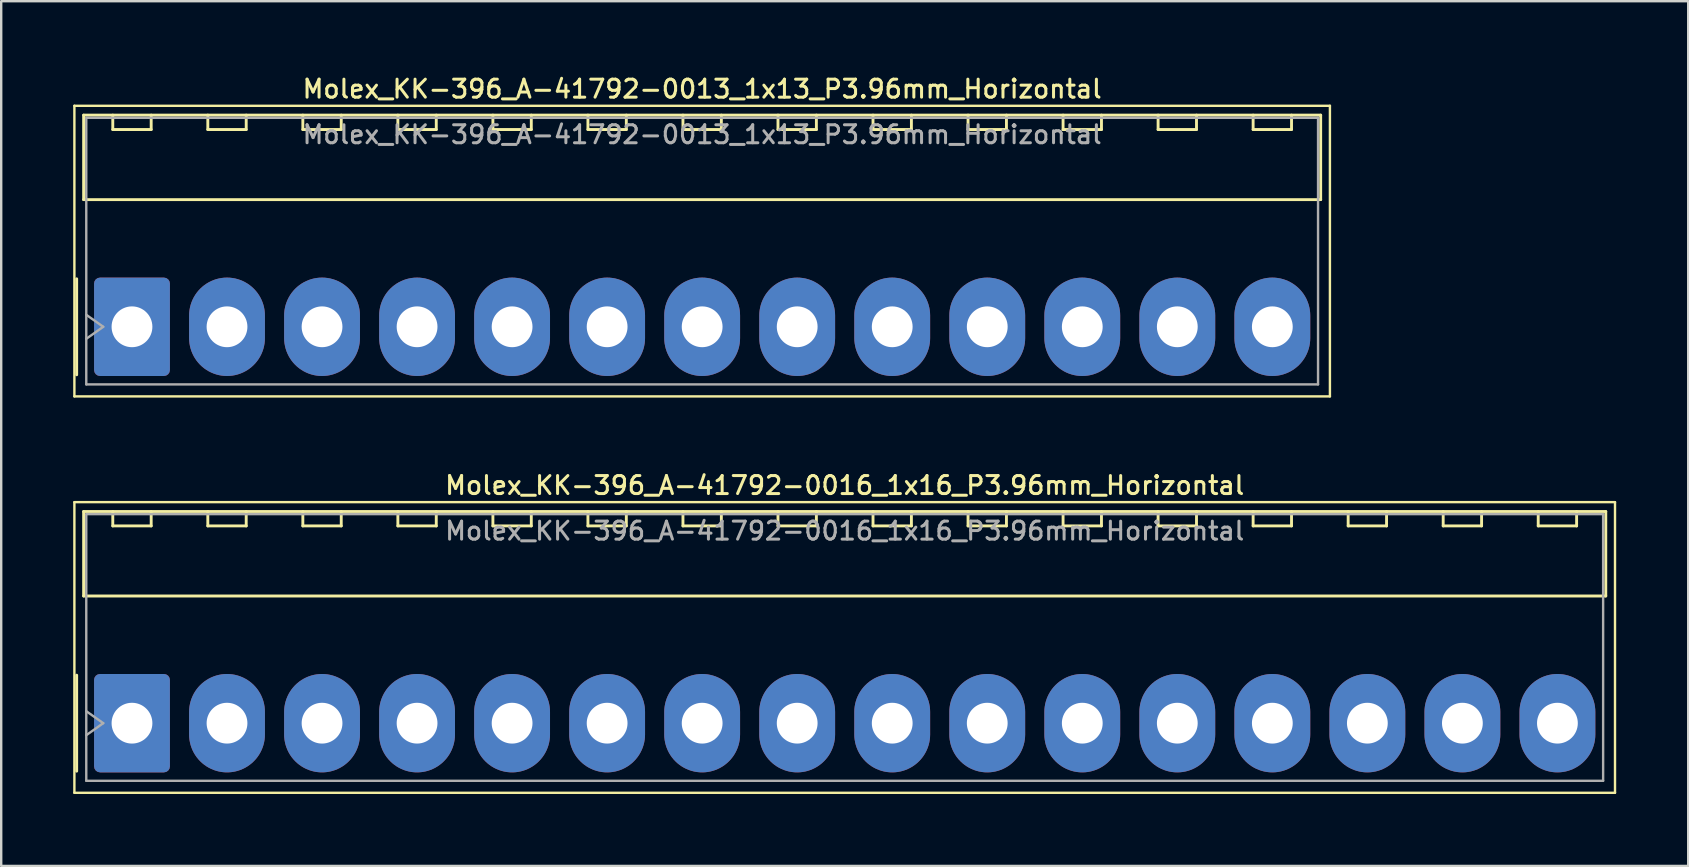
<source format=kicad_pcb>
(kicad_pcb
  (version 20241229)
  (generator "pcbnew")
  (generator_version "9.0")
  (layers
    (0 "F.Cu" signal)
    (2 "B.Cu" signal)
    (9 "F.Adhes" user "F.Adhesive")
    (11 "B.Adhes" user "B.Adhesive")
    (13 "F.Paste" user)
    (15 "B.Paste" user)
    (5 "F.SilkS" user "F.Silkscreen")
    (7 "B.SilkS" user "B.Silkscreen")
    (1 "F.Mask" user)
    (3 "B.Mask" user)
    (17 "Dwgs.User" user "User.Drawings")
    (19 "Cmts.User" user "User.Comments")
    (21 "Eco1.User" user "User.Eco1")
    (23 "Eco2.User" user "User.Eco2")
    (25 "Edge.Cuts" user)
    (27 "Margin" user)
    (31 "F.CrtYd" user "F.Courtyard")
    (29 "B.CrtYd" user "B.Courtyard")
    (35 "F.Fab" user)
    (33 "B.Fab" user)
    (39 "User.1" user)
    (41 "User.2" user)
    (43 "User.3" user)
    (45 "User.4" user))
  (footprint "Molex_KK-396_A-41792-0016_1x16_P3.96mm_Horizontal"
    (layer "F.Cu")
    (at 2.45 27.086)
    (property "Reference" "Molex_KK-396_A-41792-0016_1x16_P3.96mm_Horizontal" (at 29.7 -9.91 0) (layer "F.SilkS") (effects (font (size 0.75 0.75) (thickness 0.125))))
    (attr through_hole)
    (fp_line (start -2.4 -9.21) (end -2.4 2.9) (stroke (width 0.1) (type solid)) (layer "F.SilkS"))
    (fp_line (start -2.4 2.9) (end 61.8 2.9) (stroke (width 0.1) (type solid)) (layer "F.SilkS"))
    (fp_line (start -2.305 -2) (end -2.305 2) (stroke (width 0.12) (type solid)) (layer "F.SilkS"))
    (fp_line (start -2.015 -8.82) (end 61.415 -8.82) (stroke (width 0.12) (type solid)) (layer "F.SilkS"))
    (fp_line (start -2.015 -5.3) (end -2.015 -8.82) (stroke (width 0.12) (type solid)) (layer "F.SilkS"))
    (fp_line (start -0.8 -8.82) (end -0.8 -8.22) (stroke (width 0.12) (type solid)) (layer "F.SilkS"))
    (fp_line (start -0.8 -8.22) (end 0.8 -8.22) (stroke (width 0.12) (type solid)) (layer "F.SilkS"))
    (fp_line (start 0.8 -8.22) (end 0.8 -8.82) (stroke (width 0.12) (type solid)) (layer "F.SilkS"))
    (fp_line (start 3.16 -8.82) (end 3.16 -8.22) (stroke (width 0.12) (type solid)) (layer "F.SilkS"))
    (fp_line (start 3.16 -8.22) (end 4.76 -8.22) (stroke (width 0.12) (type solid)) (layer "F.SilkS"))
    (fp_line (start 4.76 -8.22) (end 4.76 -8.82) (stroke (width 0.12) (type solid)) (layer "F.SilkS"))
    (fp_line (start 7.12 -8.82) (end 7.12 -8.22) (stroke (width 0.12) (type solid)) (layer "F.SilkS"))
    (fp_line (start 7.12 -8.22) (end 8.72 -8.22) (stroke (width 0.12) (type solid)) (layer "F.SilkS"))
    (fp_line (start 8.72 -8.22) (end 8.72 -8.82) (stroke (width 0.12) (type solid)) (layer "F.SilkS"))
    (fp_line (start 11.08 -8.82) (end 11.08 -8.22) (stroke (width 0.12) (type solid)) (layer "F.SilkS"))
    (fp_line (start 11.08 -8.22) (end 12.68 -8.22) (stroke (width 0.12) (type solid)) (layer "F.SilkS"))
    (fp_line (start 12.68 -8.22) (end 12.68 -8.82) (stroke (width 0.12) (type solid)) (layer "F.SilkS"))
    (fp_line (start 15.04 -8.82) (end 15.04 -8.22) (stroke (width 0.12) (type solid)) (layer "F.SilkS"))
    (fp_line (start 15.04 -8.22) (end 16.64 -8.22) (stroke (width 0.12) (type solid)) (layer "F.SilkS"))
    (fp_line (start 16.64 -8.22) (end 16.64 -8.82) (stroke (width 0.12) (type solid)) (layer "F.SilkS"))
    (fp_line (start 19 -8.82) (end 19 -8.22) (stroke (width 0.12) (type solid)) (layer "F.SilkS"))
    (fp_line (start 19 -8.22) (end 20.6 -8.22) (stroke (width 0.12) (type solid)) (layer "F.SilkS"))
    (fp_line (start 20.6 -8.22) (end 20.6 -8.82) (stroke (width 0.12) (type solid)) (layer "F.SilkS"))
    (fp_line (start 22.96 -8.82) (end 22.96 -8.22) (stroke (width 0.12) (type solid)) (layer "F.SilkS"))
    (fp_line (start 22.96 -8.22) (end 24.56 -8.22) (stroke (width 0.12) (type solid)) (layer "F.SilkS"))
    (fp_line (start 24.56 -8.22) (end 24.56 -8.82) (stroke (width 0.12) (type solid)) (layer "F.SilkS"))
    (fp_line (start 26.92 -8.82) (end 26.92 -8.22) (stroke (width 0.12) (type solid)) (layer "F.SilkS"))
    (fp_line (start 26.92 -8.22) (end 28.52 -8.22) (stroke (width 0.12) (type solid)) (layer "F.SilkS"))
    (fp_line (start 28.52 -8.22) (end 28.52 -8.82) (stroke (width 0.12) (type solid)) (layer "F.SilkS"))
    (fp_line (start 30.88 -8.82) (end 30.88 -8.22) (stroke (width 0.12) (type solid)) (layer "F.SilkS"))
    (fp_line (start 30.88 -8.22) (end 32.48 -8.22) (stroke (width 0.12) (type solid)) (layer "F.SilkS"))
    (fp_line (start 32.48 -8.22) (end 32.48 -8.82) (stroke (width 0.12) (type solid)) (layer "F.SilkS"))
    (fp_line (start 34.84 -8.82) (end 34.84 -8.22) (stroke (width 0.12) (type solid)) (layer "F.SilkS"))
    (fp_line (start 34.84 -8.22) (end 36.44 -8.22) (stroke (width 0.12) (type solid)) (layer "F.SilkS"))
    (fp_line (start 36.44 -8.22) (end 36.44 -8.82) (stroke (width 0.12) (type solid)) (layer "F.SilkS"))
    (fp_line (start 38.8 -8.82) (end 38.8 -8.22) (stroke (width 0.12) (type solid)) (layer "F.SilkS"))
    (fp_line (start 38.8 -8.22) (end 40.4 -8.22) (stroke (width 0.12) (type solid)) (layer "F.SilkS"))
    (fp_line (start 40.4 -8.22) (end 40.4 -8.82) (stroke (width 0.12) (type solid)) (layer "F.SilkS"))
    (fp_line (start 42.76 -8.82) (end 42.76 -8.22) (stroke (width 0.12) (type solid)) (layer "F.SilkS"))
    (fp_line (start 42.76 -8.22) (end 44.36 -8.22) (stroke (width 0.12) (type solid)) (layer "F.SilkS"))
    (fp_line (start 44.36 -8.22) (end 44.36 -8.82) (stroke (width 0.12) (type solid)) (layer "F.SilkS"))
    (fp_line (start 46.72 -8.82) (end 46.72 -8.22) (stroke (width 0.12) (type solid)) (layer "F.SilkS"))
    (fp_line (start 46.72 -8.22) (end 48.32 -8.22) (stroke (width 0.12) (type solid)) (layer "F.SilkS"))
    (fp_line (start 48.32 -8.22) (end 48.32 -8.82) (stroke (width 0.12) (type solid)) (layer "F.SilkS"))
    (fp_line (start 50.68 -8.82) (end 50.68 -8.22) (stroke (width 0.12) (type solid)) (layer "F.SilkS"))
    (fp_line (start 50.68 -8.22) (end 52.28 -8.22) (stroke (width 0.12) (type solid)) (layer "F.SilkS"))
    (fp_line (start 52.28 -8.22) (end 52.28 -8.82) (stroke (width 0.12) (type solid)) (layer "F.SilkS"))
    (fp_line (start 54.64 -8.82) (end 54.64 -8.22) (stroke (width 0.12) (type solid)) (layer "F.SilkS"))
    (fp_line (start 54.64 -8.22) (end 56.24 -8.22) (stroke (width 0.12) (type solid)) (layer "F.SilkS"))
    (fp_line (start 56.24 -8.22) (end 56.24 -8.82) (stroke (width 0.12) (type solid)) (layer "F.SilkS"))
    (fp_line (start 58.6 -8.82) (end 58.6 -8.22) (stroke (width 0.12) (type solid)) (layer "F.SilkS"))
    (fp_line (start 58.6 -8.22) (end 60.2 -8.22) (stroke (width 0.12) (type solid)) (layer "F.SilkS"))
    (fp_line (start 60.2 -8.22) (end 60.2 -8.82) (stroke (width 0.12) (type solid)) (layer "F.SilkS"))
    (fp_line (start 61.415 -8.82) (end 61.415 -5.3) (stroke (width 0.12) (type solid)) (layer "F.SilkS"))
    (fp_line (start 61.415 -5.3) (end -2.015 -5.3) (stroke (width 0.12) (type solid)) (layer "F.SilkS"))
    (fp_line (start 61.8 -9.21) (end -2.4 -9.21) (stroke (width 0.1) (type solid)) (layer "F.SilkS"))
    (fp_line (start 61.8 2.9) (end 61.8 -9.21) (stroke (width 0.1) (type solid)) (layer "F.SilkS"))
    (fp_line (start -1.905 -8.71) (end 61.305 -8.71) (stroke (width 0.1) (type solid)) (layer "F.Fab"))
    (fp_line (start -1.905 -0.5) (end -1.198 0) (stroke (width 0.1) (type solid)) (layer "F.Fab"))
    (fp_line (start -1.905 2.4) (end -1.905 -8.71) (stroke (width 0.1) (type solid)) (layer "F.Fab"))
    (fp_line (start -1.198 0) (end -1.905 0.5) (stroke (width 0.1) (type solid)) (layer "F.Fab"))
    (fp_line (start 61.305 -8.71) (end 61.305 2.4) (stroke (width 0.1) (type solid)) (layer "F.Fab"))
    (fp_line (start 61.305 2.4) (end -1.905 2.4) (stroke (width 0.1) (type solid)) (layer "F.Fab"))
    (fp_text user "${REFERENCE}" (at 29.7 -8.01 0) (layer "F.Fab") (effects (font (size 0.75 0.75) (thickness 0.125))))
    (pad "1" thru_hole roundrect (at 0 0) (size 3.16 4.1) (drill 1.7) (layers "*.Cu" "*.Mask") (roundrect_rratio 0.079))
    (pad "2" thru_hole oval (at 3.96 0) (size 3.16 4.1) (drill 1.7) (layers "*.Cu" "*.Mask"))
    (pad "3" thru_hole oval (at 7.92 0) (size 3.16 4.1) (drill 1.7) (layers "*.Cu" "*.Mask"))
    (pad "4" thru_hole oval (at 11.88 0) (size 3.16 4.1) (drill 1.7) (layers "*.Cu" "*.Mask"))
    (pad "5" thru_hole oval (at 15.84 0) (size 3.16 4.1) (drill 1.7) (layers "*.Cu" "*.Mask"))
    (pad "6" thru_hole oval (at 19.8 0) (size 3.16 4.1) (drill 1.7) (layers "*.Cu" "*.Mask"))
    (pad "7" thru_hole oval (at 23.76 0) (size 3.16 4.1) (drill 1.7) (layers "*.Cu" "*.Mask"))
    (pad "8" thru_hole oval (at 27.72 0) (size 3.16 4.1) (drill 1.7) (layers "*.Cu" "*.Mask"))
    (pad "9" thru_hole oval (at 31.68 0) (size 3.16 4.1) (drill 1.7) (layers "*.Cu" "*.Mask"))
    (pad "10" thru_hole oval (at 35.64 0) (size 3.16 4.1) (drill 1.7) (layers "*.Cu" "*.Mask"))
    (pad "11" thru_hole oval (at 39.6 0) (size 3.16 4.1) (drill 1.7) (layers "*.Cu" "*.Mask"))
    (pad "12" thru_hole oval (at 43.56 0) (size 3.16 4.1) (drill 1.7) (layers "*.Cu" "*.Mask"))
    (pad "13" thru_hole oval (at 47.52 0) (size 3.16 4.1) (drill 1.7) (layers "*.Cu" "*.Mask"))
    (pad "14" thru_hole oval (at 51.48 0) (size 3.16 4.1) (drill 1.7) (layers "*.Cu" "*.Mask"))
    (pad "15" thru_hole oval (at 55.44 0) (size 3.16 4.1) (drill 1.7) (layers "*.Cu" "*.Mask"))
    (pad "16" thru_hole oval (at 59.4 0) (size 3.16 4.1) (drill 1.7) (layers "*.Cu" "*.Mask")))
  (footprint "Molex_KK-396_A-41792-0013_1x13_P3.96mm_Horizontal"
    (layer "F.Cu")
    (at 2.45 10.568)
    (property "Reference" "Molex_KK-396_A-41792-0013_1x13_P3.96mm_Horizontal" (at 23.76 -9.91 0) (layer "F.SilkS") (effects (font (size 0.75 0.75) (thickness 0.125))))
    (attr through_hole)
    (fp_line (start -2.4 -9.21) (end -2.4 2.9) (stroke (width 0.1) (type solid)) (layer "F.SilkS"))
    (fp_line (start -2.4 2.9) (end 49.92 2.9) (stroke (width 0.1) (type solid)) (layer "F.SilkS"))
    (fp_line (start -2.305 -2) (end -2.305 2) (stroke (width 0.12) (type solid)) (layer "F.SilkS"))
    (fp_line (start -2.015 -8.82) (end 49.535 -8.82) (stroke (width 0.12) (type solid)) (layer "F.SilkS"))
    (fp_line (start -2.015 -5.3) (end -2.015 -8.82) (stroke (width 0.12) (type solid)) (layer "F.SilkS"))
    (fp_line (start -0.8 -8.82) (end -0.8 -8.22) (stroke (width 0.12) (type solid)) (layer "F.SilkS"))
    (fp_line (start -0.8 -8.22) (end 0.8 -8.22) (stroke (width 0.12) (type solid)) (layer "F.SilkS"))
    (fp_line (start 0.8 -8.22) (end 0.8 -8.82) (stroke (width 0.12) (type solid)) (layer "F.SilkS"))
    (fp_line (start 3.16 -8.82) (end 3.16 -8.22) (stroke (width 0.12) (type solid)) (layer "F.SilkS"))
    (fp_line (start 3.16 -8.22) (end 4.76 -8.22) (stroke (width 0.12) (type solid)) (layer "F.SilkS"))
    (fp_line (start 4.76 -8.22) (end 4.76 -8.82) (stroke (width 0.12) (type solid)) (layer "F.SilkS"))
    (fp_line (start 7.12 -8.82) (end 7.12 -8.22) (stroke (width 0.12) (type solid)) (layer "F.SilkS"))
    (fp_line (start 7.12 -8.22) (end 8.72 -8.22) (stroke (width 0.12) (type solid)) (layer "F.SilkS"))
    (fp_line (start 8.72 -8.22) (end 8.72 -8.82) (stroke (width 0.12) (type solid)) (layer "F.SilkS"))
    (fp_line (start 11.08 -8.82) (end 11.08 -8.22) (stroke (width 0.12) (type solid)) (layer "F.SilkS"))
    (fp_line (start 11.08 -8.22) (end 12.68 -8.22) (stroke (width 0.12) (type solid)) (layer "F.SilkS"))
    (fp_line (start 12.68 -8.22) (end 12.68 -8.82) (stroke (width 0.12) (type solid)) (layer "F.SilkS"))
    (fp_line (start 15.04 -8.82) (end 15.04 -8.22) (stroke (width 0.12) (type solid)) (layer "F.SilkS"))
    (fp_line (start 15.04 -8.22) (end 16.64 -8.22) (stroke (width 0.12) (type solid)) (layer "F.SilkS"))
    (fp_line (start 16.64 -8.22) (end 16.64 -8.82) (stroke (width 0.12) (type solid)) (layer "F.SilkS"))
    (fp_line (start 19 -8.82) (end 19 -8.22) (stroke (width 0.12) (type solid)) (layer "F.SilkS"))
    (fp_line (start 19 -8.22) (end 20.6 -8.22) (stroke (width 0.12) (type solid)) (layer "F.SilkS"))
    (fp_line (start 20.6 -8.22) (end 20.6 -8.82) (stroke (width 0.12) (type solid)) (layer "F.SilkS"))
    (fp_line (start 22.96 -8.82) (end 22.96 -8.22) (stroke (width 0.12) (type solid)) (layer "F.SilkS"))
    (fp_line (start 22.96 -8.22) (end 24.56 -8.22) (stroke (width 0.12) (type solid)) (layer "F.SilkS"))
    (fp_line (start 24.56 -8.22) (end 24.56 -8.82) (stroke (width 0.12) (type solid)) (layer "F.SilkS"))
    (fp_line (start 26.92 -8.82) (end 26.92 -8.22) (stroke (width 0.12) (type solid)) (layer "F.SilkS"))
    (fp_line (start 26.92 -8.22) (end 28.52 -8.22) (stroke (width 0.12) (type solid)) (layer "F.SilkS"))
    (fp_line (start 28.52 -8.22) (end 28.52 -8.82) (stroke (width 0.12) (type solid)) (layer "F.SilkS"))
    (fp_line (start 30.88 -8.82) (end 30.88 -8.22) (stroke (width 0.12) (type solid)) (layer "F.SilkS"))
    (fp_line (start 30.88 -8.22) (end 32.48 -8.22) (stroke (width 0.12) (type solid)) (layer "F.SilkS"))
    (fp_line (start 32.48 -8.22) (end 32.48 -8.82) (stroke (width 0.12) (type solid)) (layer "F.SilkS"))
    (fp_line (start 34.84 -8.82) (end 34.84 -8.22) (stroke (width 0.12) (type solid)) (layer "F.SilkS"))
    (fp_line (start 34.84 -8.22) (end 36.44 -8.22) (stroke (width 0.12) (type solid)) (layer "F.SilkS"))
    (fp_line (start 36.44 -8.22) (end 36.44 -8.82) (stroke (width 0.12) (type solid)) (layer "F.SilkS"))
    (fp_line (start 38.8 -8.82) (end 38.8 -8.22) (stroke (width 0.12) (type solid)) (layer "F.SilkS"))
    (fp_line (start 38.8 -8.22) (end 40.4 -8.22) (stroke (width 0.12) (type solid)) (layer "F.SilkS"))
    (fp_line (start 40.4 -8.22) (end 40.4 -8.82) (stroke (width 0.12) (type solid)) (layer "F.SilkS"))
    (fp_line (start 42.76 -8.82) (end 42.76 -8.22) (stroke (width 0.12) (type solid)) (layer "F.SilkS"))
    (fp_line (start 42.76 -8.22) (end 44.36 -8.22) (stroke (width 0.12) (type solid)) (layer "F.SilkS"))
    (fp_line (start 44.36 -8.22) (end 44.36 -8.82) (stroke (width 0.12) (type solid)) (layer "F.SilkS"))
    (fp_line (start 46.72 -8.82) (end 46.72 -8.22) (stroke (width 0.12) (type solid)) (layer "F.SilkS"))
    (fp_line (start 46.72 -8.22) (end 48.32 -8.22) (stroke (width 0.12) (type solid)) (layer "F.SilkS"))
    (fp_line (start 48.32 -8.22) (end 48.32 -8.82) (stroke (width 0.12) (type solid)) (layer "F.SilkS"))
    (fp_line (start 49.535 -8.82) (end 49.535 -5.3) (stroke (width 0.12) (type solid)) (layer "F.SilkS"))
    (fp_line (start 49.535 -5.3) (end -2.015 -5.3) (stroke (width 0.12) (type solid)) (layer "F.SilkS"))
    (fp_line (start 49.92 -9.21) (end -2.4 -9.21) (stroke (width 0.1) (type solid)) (layer "F.SilkS"))
    (fp_line (start 49.92 2.9) (end 49.92 -9.21) (stroke (width 0.1) (type solid)) (layer "F.SilkS"))
    (fp_line (start -1.905 -8.71) (end 49.425 -8.71) (stroke (width 0.1) (type solid)) (layer "F.Fab"))
    (fp_line (start -1.905 -0.5) (end -1.198 0) (stroke (width 0.1) (type solid)) (layer "F.Fab"))
    (fp_line (start -1.905 2.4) (end -1.905 -8.71) (stroke (width 0.1) (type solid)) (layer "F.Fab"))
    (fp_line (start -1.198 0) (end -1.905 0.5) (stroke (width 0.1) (type solid)) (layer "F.Fab"))
    (fp_line (start 49.425 -8.71) (end 49.425 2.4) (stroke (width 0.1) (type solid)) (layer "F.Fab"))
    (fp_line (start 49.425 2.4) (end -1.905 2.4) (stroke (width 0.1) (type solid)) (layer "F.Fab"))
    (fp_text user "${REFERENCE}" (at 23.76 -8.01 0) (layer "F.Fab") (effects (font (size 0.75 0.75) (thickness 0.125))))
    (pad "1" thru_hole roundrect (at 0 0) (size 3.16 4.1) (drill 1.7) (layers "*.Cu" "*.Mask") (roundrect_rratio 0.079))
    (pad "2" thru_hole oval (at 3.96 0) (size 3.16 4.1) (drill 1.7) (layers "*.Cu" "*.Mask"))
    (pad "3" thru_hole oval (at 7.92 0) (size 3.16 4.1) (drill 1.7) (layers "*.Cu" "*.Mask"))
    (pad "4" thru_hole oval (at 11.88 0) (size 3.16 4.1) (drill 1.7) (layers "*.Cu" "*.Mask"))
    (pad "5" thru_hole oval (at 15.84 0) (size 3.16 4.1) (drill 1.7) (layers "*.Cu" "*.Mask"))
    (pad "6" thru_hole oval (at 19.8 0) (size 3.16 4.1) (drill 1.7) (layers "*.Cu" "*.Mask"))
    (pad "7" thru_hole oval (at 23.76 0) (size 3.16 4.1) (drill 1.7) (layers "*.Cu" "*.Mask"))
    (pad "8" thru_hole oval (at 27.72 0) (size 3.16 4.1) (drill 1.7) (layers "*.Cu" "*.Mask"))
    (pad "9" thru_hole oval (at 31.68 0) (size 3.16 4.1) (drill 1.7) (layers "*.Cu" "*.Mask"))
    (pad "10" thru_hole oval (at 35.64 0) (size 3.16 4.1) (drill 1.7) (layers "*.Cu" "*.Mask"))
    (pad "11" thru_hole oval (at 39.6 0) (size 3.16 4.1) (drill 1.7) (layers "*.Cu" "*.Mask"))
    (pad "12" thru_hole oval (at 43.56 0) (size 3.16 4.1) (drill 1.7) (layers "*.Cu" "*.Mask"))
    (pad "13" thru_hole oval (at 47.52 0) (size 3.16 4.1) (drill 1.7) (layers "*.Cu" "*.Mask")))
  (gr_rect
    (start -3 -3)
    (end 67.3 33.036)
    (stroke (width 0.1) (type default))
    (fill no)
    (layer "Edge.Cuts")))
</source>
